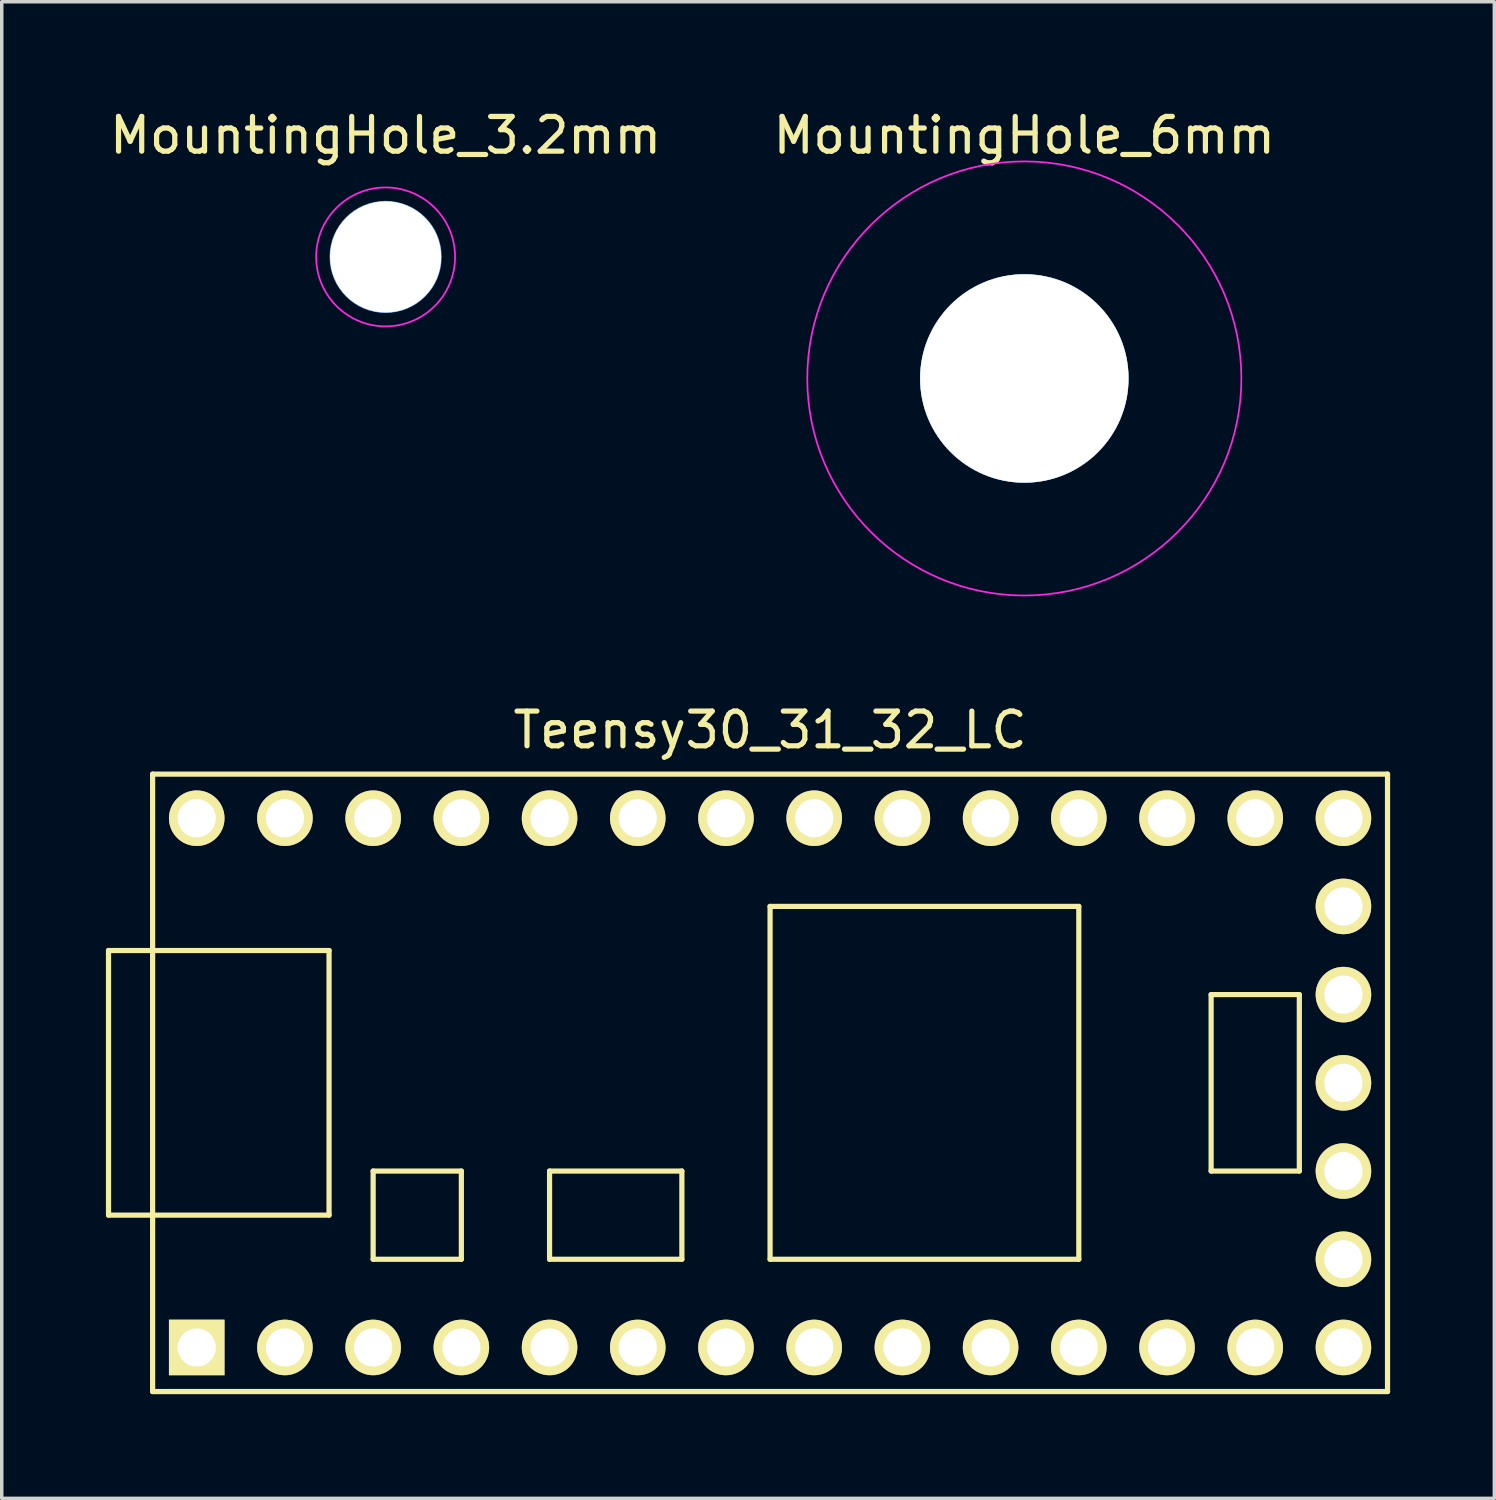
<source format=kicad_pcb>
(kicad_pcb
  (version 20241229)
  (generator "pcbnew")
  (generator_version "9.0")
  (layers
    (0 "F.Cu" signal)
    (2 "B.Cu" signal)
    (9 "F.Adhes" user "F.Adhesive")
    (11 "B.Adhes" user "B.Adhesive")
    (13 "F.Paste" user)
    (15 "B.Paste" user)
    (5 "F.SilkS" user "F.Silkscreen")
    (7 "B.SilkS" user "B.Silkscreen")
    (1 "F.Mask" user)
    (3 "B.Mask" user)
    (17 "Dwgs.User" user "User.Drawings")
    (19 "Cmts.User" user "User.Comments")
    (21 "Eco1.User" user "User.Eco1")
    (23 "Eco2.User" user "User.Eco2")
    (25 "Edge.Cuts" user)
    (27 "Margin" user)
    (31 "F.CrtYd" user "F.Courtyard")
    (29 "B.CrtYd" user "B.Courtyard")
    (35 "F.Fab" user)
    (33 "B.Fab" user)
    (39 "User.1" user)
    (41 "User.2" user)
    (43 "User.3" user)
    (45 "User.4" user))
  (footprint "Teensy30_31_32_LC"
    (layer "F.Cu")
    (at 19.125 28.131)
    (property "Reference" "Teensy30_31_32_LC" (at 0 -10.16 0) (layer "F.SilkS") (effects (font (size 1 1) (thickness 0.15))))
    (attr through_hole)
    (fp_line (start -19.05 -3.81) (end -17.78 -3.81) (stroke (width 0.15) (type solid)) (layer "F.SilkS"))
    (fp_line (start -19.05 3.81) (end -19.05 -3.81) (stroke (width 0.15) (type solid)) (layer "F.SilkS"))
    (fp_line (start -17.78 -8.89) (end 17.78 -8.89) (stroke (width 0.15) (type solid)) (layer "F.SilkS"))
    (fp_line (start -17.78 3.81) (end -19.05 3.81) (stroke (width 0.15) (type solid)) (layer "F.SilkS"))
    (fp_line (start -17.78 8.89) (end -17.78 -8.89) (stroke (width 0.15) (type solid)) (layer "F.SilkS"))
    (fp_line (start -12.7 -3.81) (end -17.78 -3.81) (stroke (width 0.15) (type solid)) (layer "F.SilkS"))
    (fp_line (start -12.7 3.81) (end -17.78 3.81) (stroke (width 0.15) (type solid)) (layer "F.SilkS"))
    (fp_line (start -12.7 3.81) (end -12.7 -3.81) (stroke (width 0.15) (type solid)) (layer "F.SilkS"))
    (fp_line (start -11.43 2.54) (end -11.43 5.08) (stroke (width 0.15) (type solid)) (layer "F.SilkS"))
    (fp_line (start -11.43 5.08) (end -8.89 5.08) (stroke (width 0.15) (type solid)) (layer "F.SilkS"))
    (fp_line (start -8.89 2.54) (end -11.43 2.54) (stroke (width 0.15) (type solid)) (layer "F.SilkS"))
    (fp_line (start -8.89 5.08) (end -8.89 2.54) (stroke (width 0.15) (type solid)) (layer "F.SilkS"))
    (fp_line (start -6.35 2.54) (end -6.35 5.08) (stroke (width 0.15) (type solid)) (layer "F.SilkS"))
    (fp_line (start -6.35 5.08) (end -2.54 5.08) (stroke (width 0.15) (type solid)) (layer "F.SilkS"))
    (fp_line (start -2.54 2.54) (end -6.35 2.54) (stroke (width 0.15) (type solid)) (layer "F.SilkS"))
    (fp_line (start -2.54 5.08) (end -2.54 2.54) (stroke (width 0.15) (type solid)) (layer "F.SilkS"))
    (fp_line (start 0 -5.08) (end 0 5.08) (stroke (width 0.15) (type solid)) (layer "F.SilkS"))
    (fp_line (start 8.89 -5.08) (end 0 -5.08) (stroke (width 0.15) (type solid)) (layer "F.SilkS"))
    (fp_line (start 8.89 5.08) (end 0 5.08) (stroke (width 0.15) (type solid)) (layer "F.SilkS"))
    (fp_line (start 8.89 5.08) (end 8.89 -5.08) (stroke (width 0.15) (type solid)) (layer "F.SilkS"))
    (fp_line (start 12.7 -2.54) (end 15.24 -2.54) (stroke (width 0.15) (type solid)) (layer "F.SilkS"))
    (fp_line (start 12.7 2.54) (end 12.7 -2.54) (stroke (width 0.15) (type solid)) (layer "F.SilkS"))
    (fp_line (start 15.24 -2.54) (end 15.24 2.54) (stroke (width 0.15) (type solid)) (layer "F.SilkS"))
    (fp_line (start 15.24 2.54) (end 12.7 2.54) (stroke (width 0.15) (type solid)) (layer "F.SilkS"))
    (fp_line (start 17.78 -8.89) (end 17.78 8.89) (stroke (width 0.15) (type solid)) (layer "F.SilkS"))
    (fp_line (start 17.78 8.89) (end -17.78 8.89) (stroke (width 0.15) (type solid)) (layer "F.SilkS"))
    (pad "1" thru_hole rect (at -16.51 7.62) (size 1.6 1.6) (drill 1.1) (layers "*.Cu" "*.Mask" "F.SilkS"))
    (pad "2" thru_hole circle (at -13.97 7.62) (size 1.6 1.6) (drill 1.1) (layers "*.Cu" "*.Mask" "F.SilkS"))
    (pad "3" thru_hole circle (at -11.43 7.62) (size 1.6 1.6) (drill 1.1) (layers "*.Cu" "*.Mask" "F.SilkS"))
    (pad "4" thru_hole circle (at -8.89 7.62) (size 1.6 1.6) (drill 1.1) (layers "*.Cu" "*.Mask" "F.SilkS"))
    (pad "5" thru_hole circle (at -6.35 7.62) (size 1.6 1.6) (drill 1.1) (layers "*.Cu" "*.Mask" "F.SilkS"))
    (pad "6" thru_hole circle (at -3.81 7.62) (size 1.6 1.6) (drill 1.1) (layers "*.Cu" "*.Mask" "F.SilkS"))
    (pad "7" thru_hole circle (at -1.27 7.62) (size 1.6 1.6) (drill 1.1) (layers "*.Cu" "*.Mask" "F.SilkS"))
    (pad "8" thru_hole circle (at 1.27 7.62) (size 1.6 1.6) (drill 1.1) (layers "*.Cu" "*.Mask" "F.SilkS"))
    (pad "9" thru_hole circle (at 3.81 7.62) (size 1.6 1.6) (drill 1.1) (layers "*.Cu" "*.Mask" "F.SilkS"))
    (pad "10" thru_hole circle (at 6.35 7.62) (size 1.6 1.6) (drill 1.1) (layers "*.Cu" "*.Mask" "F.SilkS"))
    (pad "11" thru_hole circle (at 8.89 7.62) (size 1.6 1.6) (drill 1.1) (layers "*.Cu" "*.Mask" "F.SilkS"))
    (pad "12" thru_hole circle (at 11.43 7.62) (size 1.6 1.6) (drill 1.1) (layers "*.Cu" "*.Mask" "F.SilkS"))
    (pad "13" thru_hole circle (at 13.97 7.62) (size 1.6 1.6) (drill 1.1) (layers "*.Cu" "*.Mask" "F.SilkS"))
    (pad "14" thru_hole circle (at 16.51 7.62) (size 1.6 1.6) (drill 1.1) (layers "*.Cu" "*.Mask" "F.SilkS"))
    (pad "15" thru_hole circle (at 16.51 5.08) (size 1.6 1.6) (drill 1.1) (layers "*.Cu" "*.Mask" "F.SilkS"))
    (pad "16" thru_hole circle (at 16.51 2.54) (size 1.6 1.6) (drill 1.1) (layers "*.Cu" "*.Mask" "F.SilkS"))
    (pad "17" thru_hole circle (at 16.51 0) (size 1.6 1.6) (drill 1.1) (layers "*.Cu" "*.Mask" "F.SilkS"))
    (pad "18" thru_hole circle (at 16.51 -2.54) (size 1.6 1.6) (drill 1.1) (layers "*.Cu" "*.Mask" "F.SilkS"))
    (pad "19" thru_hole circle (at 16.51 -5.08) (size 1.6 1.6) (drill 1.1) (layers "*.Cu" "*.Mask" "F.SilkS"))
    (pad "20" thru_hole circle (at 16.51 -7.62) (size 1.6 1.6) (drill 1.1) (layers "*.Cu" "*.Mask" "F.SilkS"))
    (pad "21" thru_hole circle (at 13.97 -7.62) (size 1.6 1.6) (drill 1.1) (layers "*.Cu" "*.Mask" "F.SilkS"))
    (pad "22" thru_hole circle (at 11.43 -7.62) (size 1.6 1.6) (drill 1.1) (layers "*.Cu" "*.Mask" "F.SilkS"))
    (pad "23" thru_hole circle (at 8.89 -7.62) (size 1.6 1.6) (drill 1.1) (layers "*.Cu" "*.Mask" "F.SilkS"))
    (pad "24" thru_hole circle (at 6.35 -7.62) (size 1.6 1.6) (drill 1.1) (layers "*.Cu" "*.Mask" "F.SilkS"))
    (pad "25" thru_hole circle (at 3.81 -7.62) (size 1.6 1.6) (drill 1.1) (layers "*.Cu" "*.Mask" "F.SilkS"))
    (pad "26" thru_hole circle (at 1.27 -7.62) (size 1.6 1.6) (drill 1.1) (layers "*.Cu" "*.Mask" "F.SilkS"))
    (pad "27" thru_hole circle (at -1.27 -7.62) (size 1.6 1.6) (drill 1.1) (layers "*.Cu" "*.Mask" "F.SilkS"))
    (pad "28" thru_hole circle (at -3.81 -7.62) (size 1.6 1.6) (drill 1.1) (layers "*.Cu" "*.Mask" "F.SilkS"))
    (pad "29" thru_hole circle (at -6.35 -7.62) (size 1.6 1.6) (drill 1.1) (layers "*.Cu" "*.Mask" "F.SilkS"))
    (pad "30" thru_hole circle (at -8.89 -7.62) (size 1.6 1.6) (drill 1.1) (layers "*.Cu" "*.Mask" "F.SilkS"))
    (pad "31" thru_hole circle (at -11.43 -7.62) (size 1.6 1.6) (drill 1.1) (layers "*.Cu" "*.Mask" "F.SilkS"))
    (pad "32" thru_hole circle (at -13.97 -7.62) (size 1.6 1.6) (drill 1.1) (layers "*.Cu" "*.Mask" "F.SilkS"))
    (pad "33" thru_hole circle (at -16.51 -7.62) (size 1.6 1.6) (drill 1.1) (layers "*.Cu" "*.Mask" "F.SilkS")))
  (footprint "MountingHole_6mm"
    (layer "F.Cu")
    (at 26.446 7.848)
    (property "Reference" "MountingHole_6mm" (at 0 -7 0) (layer "F.SilkS") (effects (font (size 1 1) (thickness 0.15))))
    (attr through_hole)
    (fp_circle (center 0 0) (end 2.93 0) (stroke (width 0.15) (type solid)) (fill no) (layer "Cmts.User"))
    (fp_circle (center 0 0) (end 6.25 0) (stroke (width 0.05) (type solid)) (fill no) (layer "F.CrtYd"))
    (pad "" np_thru_hole circle (at 0 0) (size 6 6) (drill 6) (layers "*.Cu" "*.Mask" "F.SilkS")))
  (footprint "MountingHole_3.2mm"
    (layer "F.Cu")
    (at 8.054 4.348)
    (property "Reference" "MountingHole_3.2mm" (at 0 -3.5 0) (layer "F.SilkS") (effects (font (size 1 1) (thickness 0.15))))
    (attr through_hole)
    (fp_circle (center 0 0) (end 1.54 0) (stroke (width 0.15) (type solid)) (fill no) (layer "Cmts.User"))
    (fp_circle (center 0 0) (end 2 0) (stroke (width 0.05) (type solid)) (fill no) (layer "F.CrtYd"))
    (pad "" np_thru_hole circle (at 0 0) (size 3.2 3.2) (drill 3.2) (layers "*.Cu" "*.Mask" "F.SilkS")))
  (gr_rect
    (start -3 -3)
    (end 39.98 40.096)
    (stroke (width 0.1) (type default))
    (fill no)
    (layer "Edge.Cuts")))
</source>
